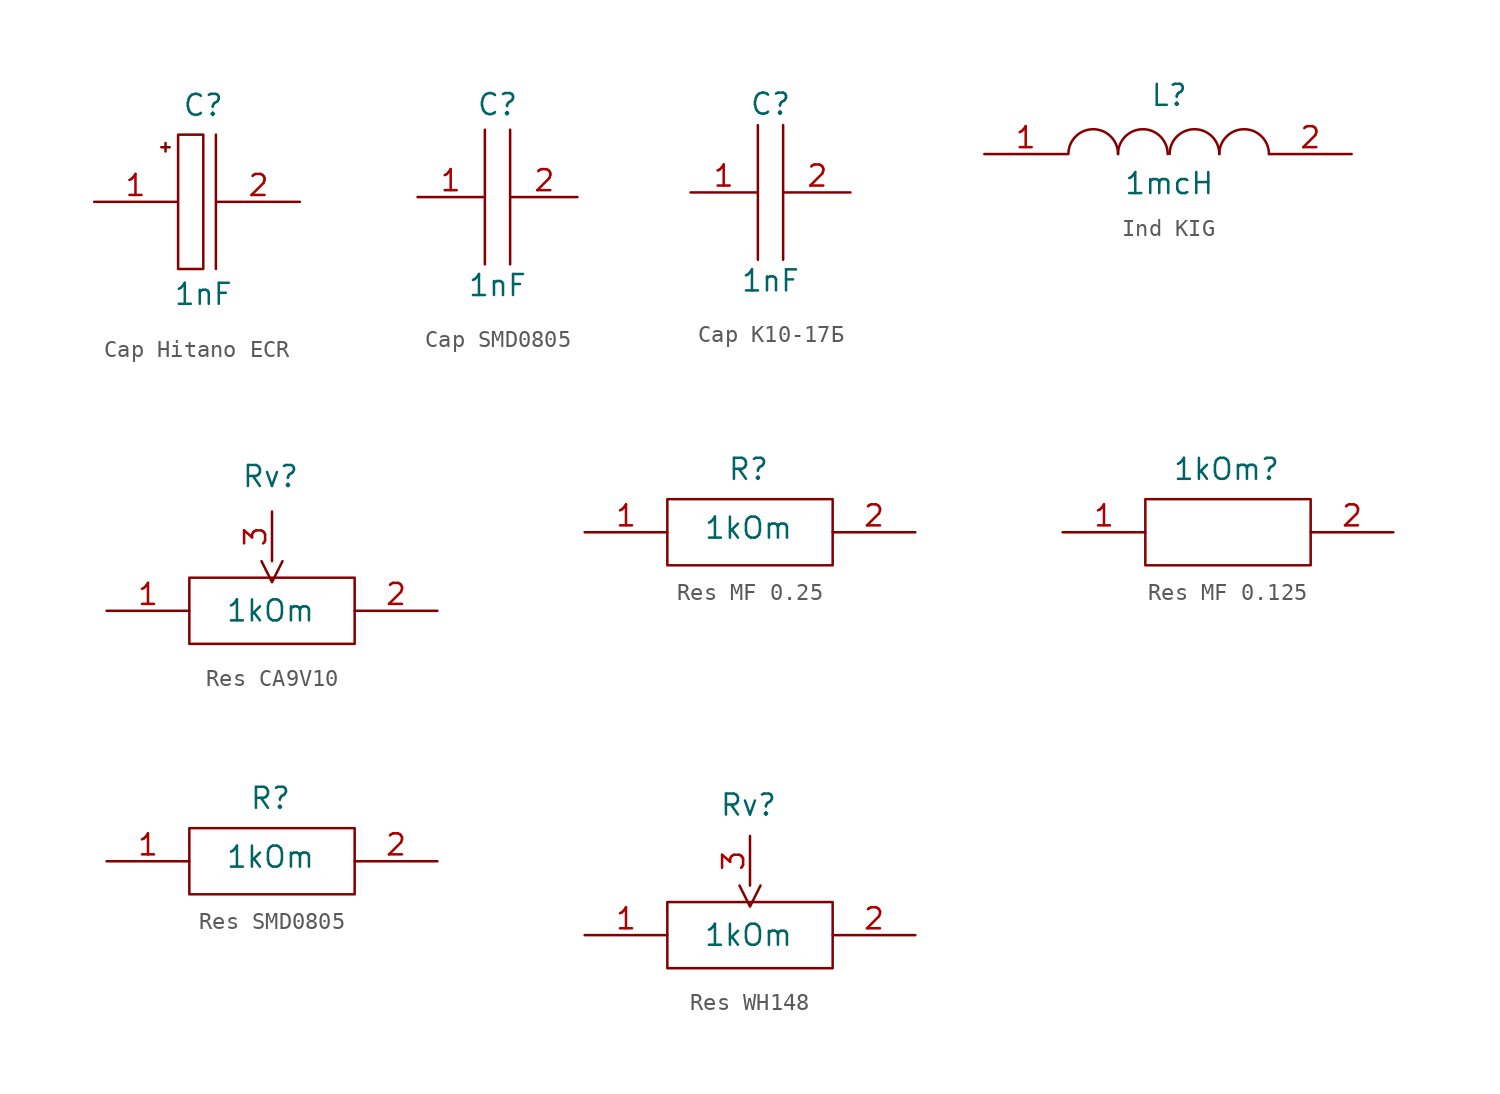
<source format=kicad_sym>
(kicad_symbol_lib
  (version 20231120)
  (generator "kicad_symbol_editor")
  (generator_version "8.0")
  (symbol "Cap Hitano ECR"
    (property "Reference" "C"
      (at 0 5.842 0)
      (effects (font (size 1.27 1.27))))
    (property "Value" "1nF"
      (at 0 -5.588 0)
      (effects (font (size 1.27 1.27))))
    (symbol "Cap Hitano ECR_0_1"
      (rectangle (start -1.524 4.064) (end 0 -4.064) (stroke (width 0) (type default)) (fill (type none)))
      (polyline (pts (xy -2.54 3.302) (xy -2.032 3.302)) (stroke (width 0) (type default)) (fill (type none)))
      (polyline (pts (xy -2.286 3.556) (xy -2.286 3.048)) (stroke (width 0) (type default)) (fill (type none)))
      (polyline (pts (xy 0.762 4.064) (xy 0.762 -4.064)) (stroke (width 0) (type default)) (fill (type none))))
    (symbol "Cap Hitano ECR_1_1"
      (pin input line (at -6.604 0 0) (length 5) (name "" (effects (font (size 1.27 1.27)))) (number "1" (effects (font (size 1.27 1.27)))))
      (pin input line (at 5.842 0 180) (length 5) (name "" (effects (font (size 1.27 1.27)))) (number "2" (effects (font (size 1.27 1.27)))))))
  (symbol "Cap SMD0805"
    (property "Reference" "C"
      (at 0 5.588 0)
      (effects (font (size 1.27 1.27))))
    (property "Value" "1nF"
      (at 0 -5.334 0)
      (effects (font (size 1.27 1.27))))
    (symbol "Cap SMD0805_0_1"
      (polyline (pts (xy -0.762 4.064) (xy -0.762 -4.064)) (stroke (width 0) (type default)) (fill (type none)))
      (polyline (pts (xy 0.762 4.064) (xy 0.762 -4.064)) (stroke (width 0) (type default)) (fill (type none))))
    (symbol "Cap SMD0805_1_1"
      (pin input line (at -4.826 0 0) (length 4) (name "" (effects (font (size 1.27 1.27)))) (number "1" (effects (font (size 1.27 1.27)))))
      (pin input line (at 4.826 0 180) (length 4) (name "" (effects (font (size 1.27 1.27)))) (number "2" (effects (font (size 1.27 1.27)))))))
  (symbol "Cap К10-17Б"
    (property "Reference" "C"
      (at 0 5.334 0)
      (effects (font (size 1.27 1.27))))
    (property "Value" "1nF"
      (at 0 -5.334 0)
      (effects (font (size 1.27 1.27))))
    (symbol "Cap К10-17Б_0_1"
      (polyline (pts (xy -0.762 4.064) (xy -0.762 -4.064)) (stroke (width 0) (type default)) (fill (type none)))
      (polyline (pts (xy 0.762 4.064) (xy 0.762 -4.064)) (stroke (width 0) (type default)) (fill (type none))))
    (symbol "Cap К10-17Б_1_1"
      (pin input line (at -4.826 0 0) (length 4) (name "" (effects (font (size 1.27 1.27)))) (number "1" (effects (font (size 1.27 1.27)))))
      (pin input line (at 4.826 0 180) (length 4) (name "" (effects (font (size 1.27 1.27)))) (number "2" (effects (font (size 1.27 1.27)))))))
  (symbol "Ind KIG"
    (property "Reference" "L"
      (at 0 3.556 0)
      (effects (font (size 1.27 1.27))))
    (property "Value" "1mcH"
      (at 0 -1.778 0)
      (effects (font (size 1.27 1.27))))
    (symbol "Ind KIG_0_1"
      (arc (start -3.096 0) (mid -4.596 1.5) (end -6.096 0) (stroke (width 0) (type default)) (fill (type none)))
      (arc (start -0.096 0) (mid -1.596 1.5) (end -3.096 0) (stroke (width 0) (type default)) (fill (type none)))
      (arc (start 3.024 0) (mid 1.524 1.5) (end 0.024 0) (stroke (width 0) (type default)) (fill (type none)))
      (arc (start 6.024 0) (mid 4.524 1.5) (end 3.024 0) (stroke (width 0) (type default)) (fill (type none))))
    (symbol "Ind KIG_1_1"
      (pin input line (at -11.176 0 0) (length 5) (name "" (effects (font (size 1.27 1.27)))) (number "1" (effects (font (size 1.27 1.27)))))
      (pin input line (at 11.024 0 180) (length 5) (name "" (effects (font (size 1.27 1.27)))) (number "2" (effects (font (size 1.27 1.27)))))))
  (symbol "Res CA9V10"
    (property "Reference" "Rv"
      (at 0 8.128 0)
      (effects (font (size 1.27 1.27))))
    (property "Value" "1kOm"
      (at 0 0 0)
      (effects (font (size 1.27 1.27))))
    (symbol "Res CA9V10_0_1"
      (rectangle (start -4.906 2) (end 5.094 -2) (stroke (width 0) (type default)) (fill (type none))))
    (symbol "Res CA9V10_1_1"
      (pin input line (at -9.906 0 0) (length 5) (name "" (effects (font (size 1.27 1.27)))) (number "1" (effects (font (size 1.27 1.27)))))
      (pin input line (at 10.094 0 180) (length 5) (name "" (effects (font (size 1.27 1.27)))) (number "2" (effects (font (size 1.27 1.27)))))
      (pin input clock (at 0.094 6 270) (length 3) (name "" (effects (font (size 1.27 1.27)))) (number "3" (effects (font (size 1.27 1.27)))))))
  (symbol "Res MF 0.25"
    (property "Reference" "R"
      (at 0 3.81 0)
      (effects (font (size 1.27 1.27))))
    (property "Value" "1kOm"
      (at 0 0.254 0)
      (effects (font (size 1.27 1.27))))
    (symbol "Res MF 0.25_0_1"
      (rectangle (start -4.906 2) (end 5.094 -2) (stroke (width 0) (type default)) (fill (type none))))
    (symbol "Res MF 0.25_1_1"
      (pin input line (at -9.906 0 0) (length 5) (name "" (effects (font (size 1.27 1.27)))) (number "1" (effects (font (size 1.27 1.27)))))
      (pin input line (at 10.094 0 180) (length 5) (name "" (effects (font (size 1.27 1.27)))) (number "2" (effects (font (size 1.27 1.27)))))))
  (symbol "Res MF 0.125"
    (property "Reference" "1kOm"
      (at 0 3.81 0)
      (effects (font (size 1.27 1.27))))
    (property "Value" ""
      (at 0 0.254 0)
      (effects (font (size 1.27 1.27))))
    (symbol "Res MF 0.125_0_1"
      (rectangle (start -4.906 2) (end 5.094 -2) (stroke (width 0) (type default)) (fill (type none))))
    (symbol "Res MF 0.125_1_1"
      (pin input line (at -9.906 0 0) (length 5) (name "" (effects (font (size 1.27 1.27)))) (number "1" (effects (font (size 1.27 1.27)))))
      (pin input line (at 10.094 0 180) (length 5) (name "" (effects (font (size 1.27 1.27)))) (number "2" (effects (font (size 1.27 1.27)))))))
  (symbol "Res SMD0805"
    (property "Reference" "R"
      (at 0 3.81 0)
      (effects (font (size 1.27 1.27))))
    (property "Value" "1kOm"
      (at 0 0.254 0)
      (effects (font (size 1.27 1.27))))
    (symbol "Res SMD0805_0_1"
      (rectangle (start -4.906 2) (end 5.094 -2) (stroke (width 0) (type default)) (fill (type none))))
    (symbol "Res SMD0805_1_1"
      (pin input line (at -9.906 0 0) (length 5) (name "" (effects (font (size 1.27 1.27)))) (number "1" (effects (font (size 1.27 1.27)))))
      (pin input line (at 10.094 0 180) (length 5) (name "" (effects (font (size 1.27 1.27)))) (number "2" (effects (font (size 1.27 1.27)))))))
  (symbol "Res WH148"
    (property "Reference" "Rv"
      (at 0 7.874 0)
      (effects (font (size 1.27 1.27))))
    (property "Value" "1kOm"
      (at 0 0 0)
      (effects (font (size 1.27 1.27))))
    (symbol "Res WH148_0_1"
      (rectangle (start -4.906 2) (end 5.094 -2) (stroke (width 0) (type default)) (fill (type none))))
    (symbol "Res WH148_1_1"
      (pin input line (at -9.906 0 0) (length 5) (name "" (effects (font (size 1.27 1.27)))) (number "1" (effects (font (size 1.27 1.27)))))
      (pin input line (at 10.094 0 180) (length 5) (name "" (effects (font (size 1.27 1.27)))) (number "2" (effects (font (size 1.27 1.27)))))
      (pin input clock (at 0.094 6 270) (length 3) (name "" (effects (font (size 1.27 1.27)))) (number "3" (effects (font (size 1.27 1.27))))))))
</source>
